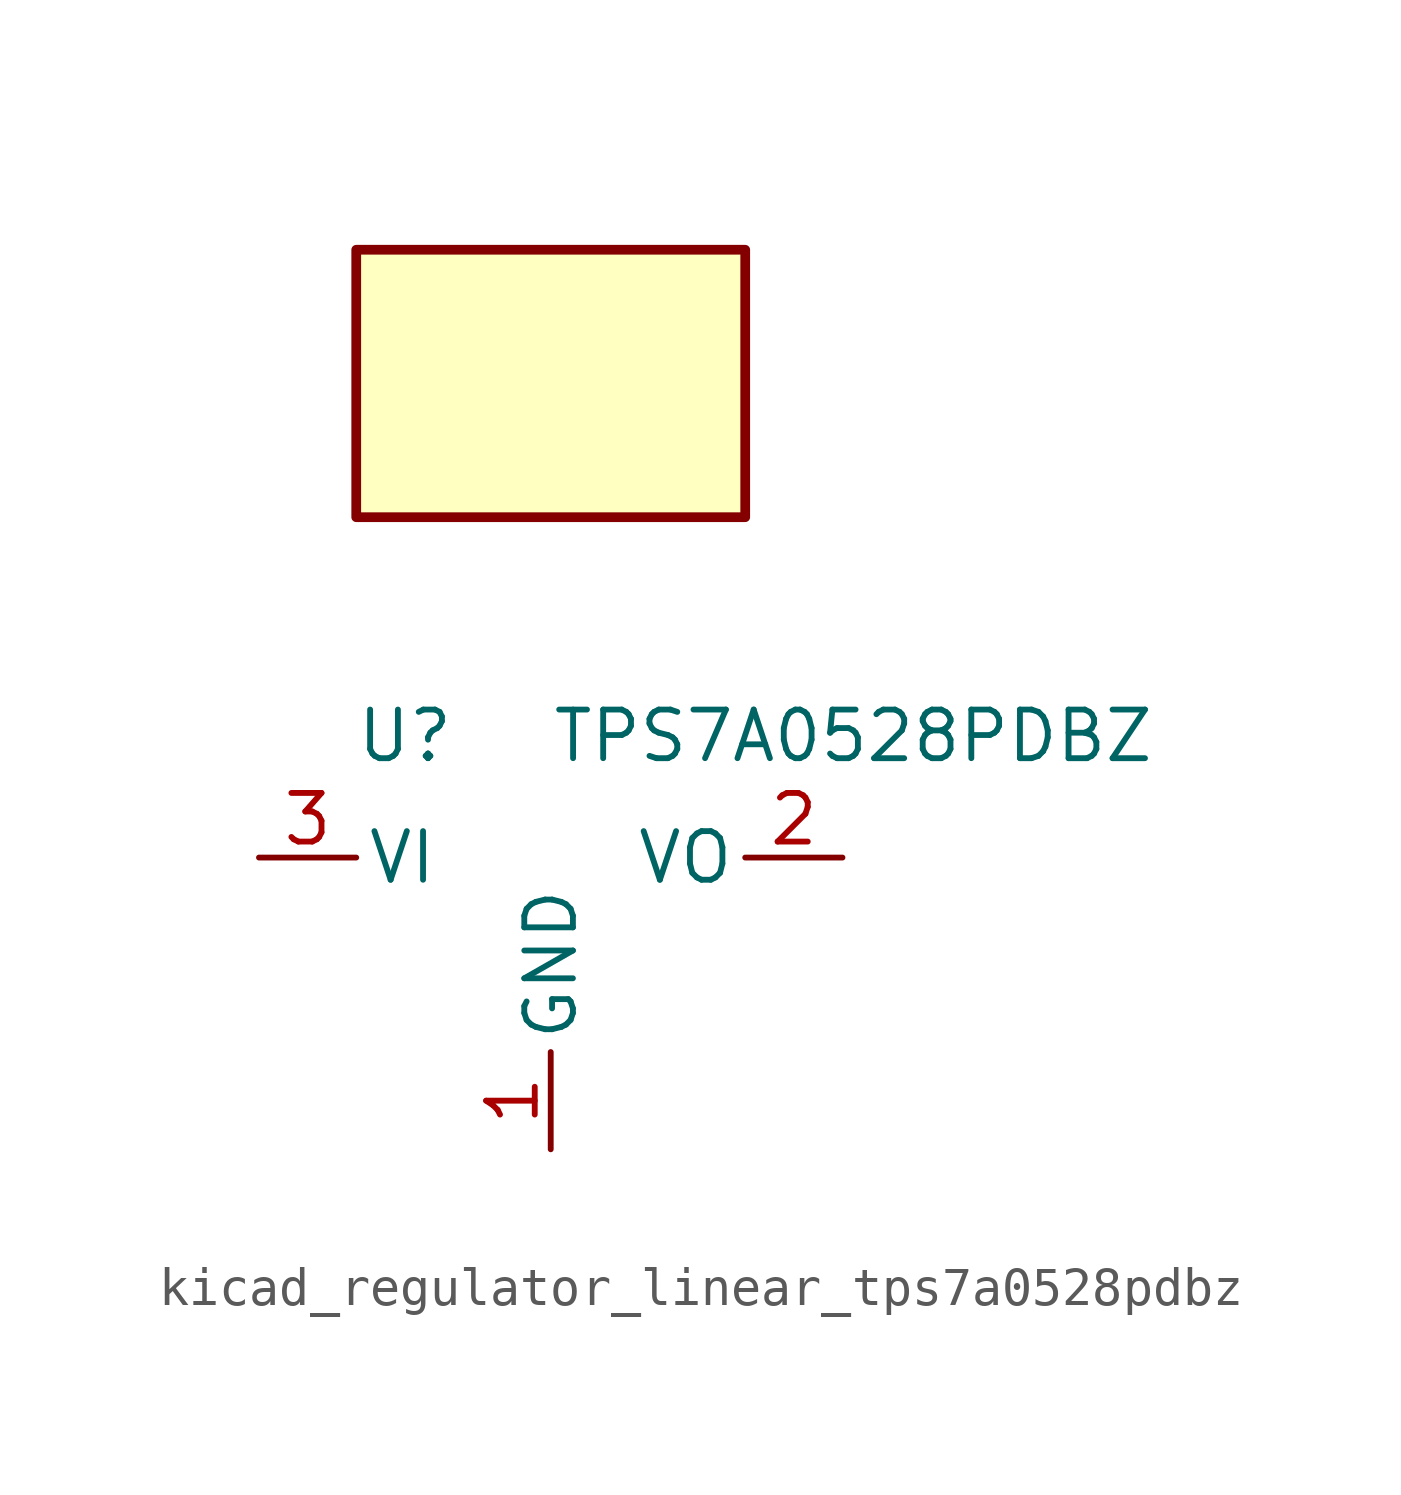
<source format=kicad_sym>
(kicad_symbol_lib
  (version 20220914)
  (generator kicad_symbol_editor)
  (symbol "kicad_regulator_linear_tps7a0528pdbz"
    (pin_names
      (offset 0.254))
    (property "Reference" "U"
      (at -3.81 3.175 0)
      (effects (font (size 1.27 1.27))))
    (property "Value" "TPS7A0528PDBZ"
      (at 0 3.175 0)
      (effects (font (size 1.27 1.27)) (justify left)))
    (symbol "kicad_regulator_linear_tps7a0528pdbz_0_1"
      (rectangle (start 5.08 15.875) (end -5.08 8.89) (stroke (width 0.254) (type default)) (fill (type background))))
    (symbol "kicad_regulator_linear_tps7a0528pdbz_1_1"
      (pin power_in line (at 0 -7.62 90) (length 2.54) (name "GND" (effects (font (size 1.27 1.27)))) (number "1" (effects (font (size 1.27 1.27)))))
      (pin power_out line (at 7.62 0 180) (length 2.54) (name "VO" (effects (font (size 1.27 1.27)))) (number "2" (effects (font (size 1.27 1.27)))))
      (pin power_in line (at -7.62 0 0) (length 2.54) (name "VI" (effects (font (size 1.27 1.27)))) (number "3" (effects (font (size 1.27 1.27))))))))
</source>
